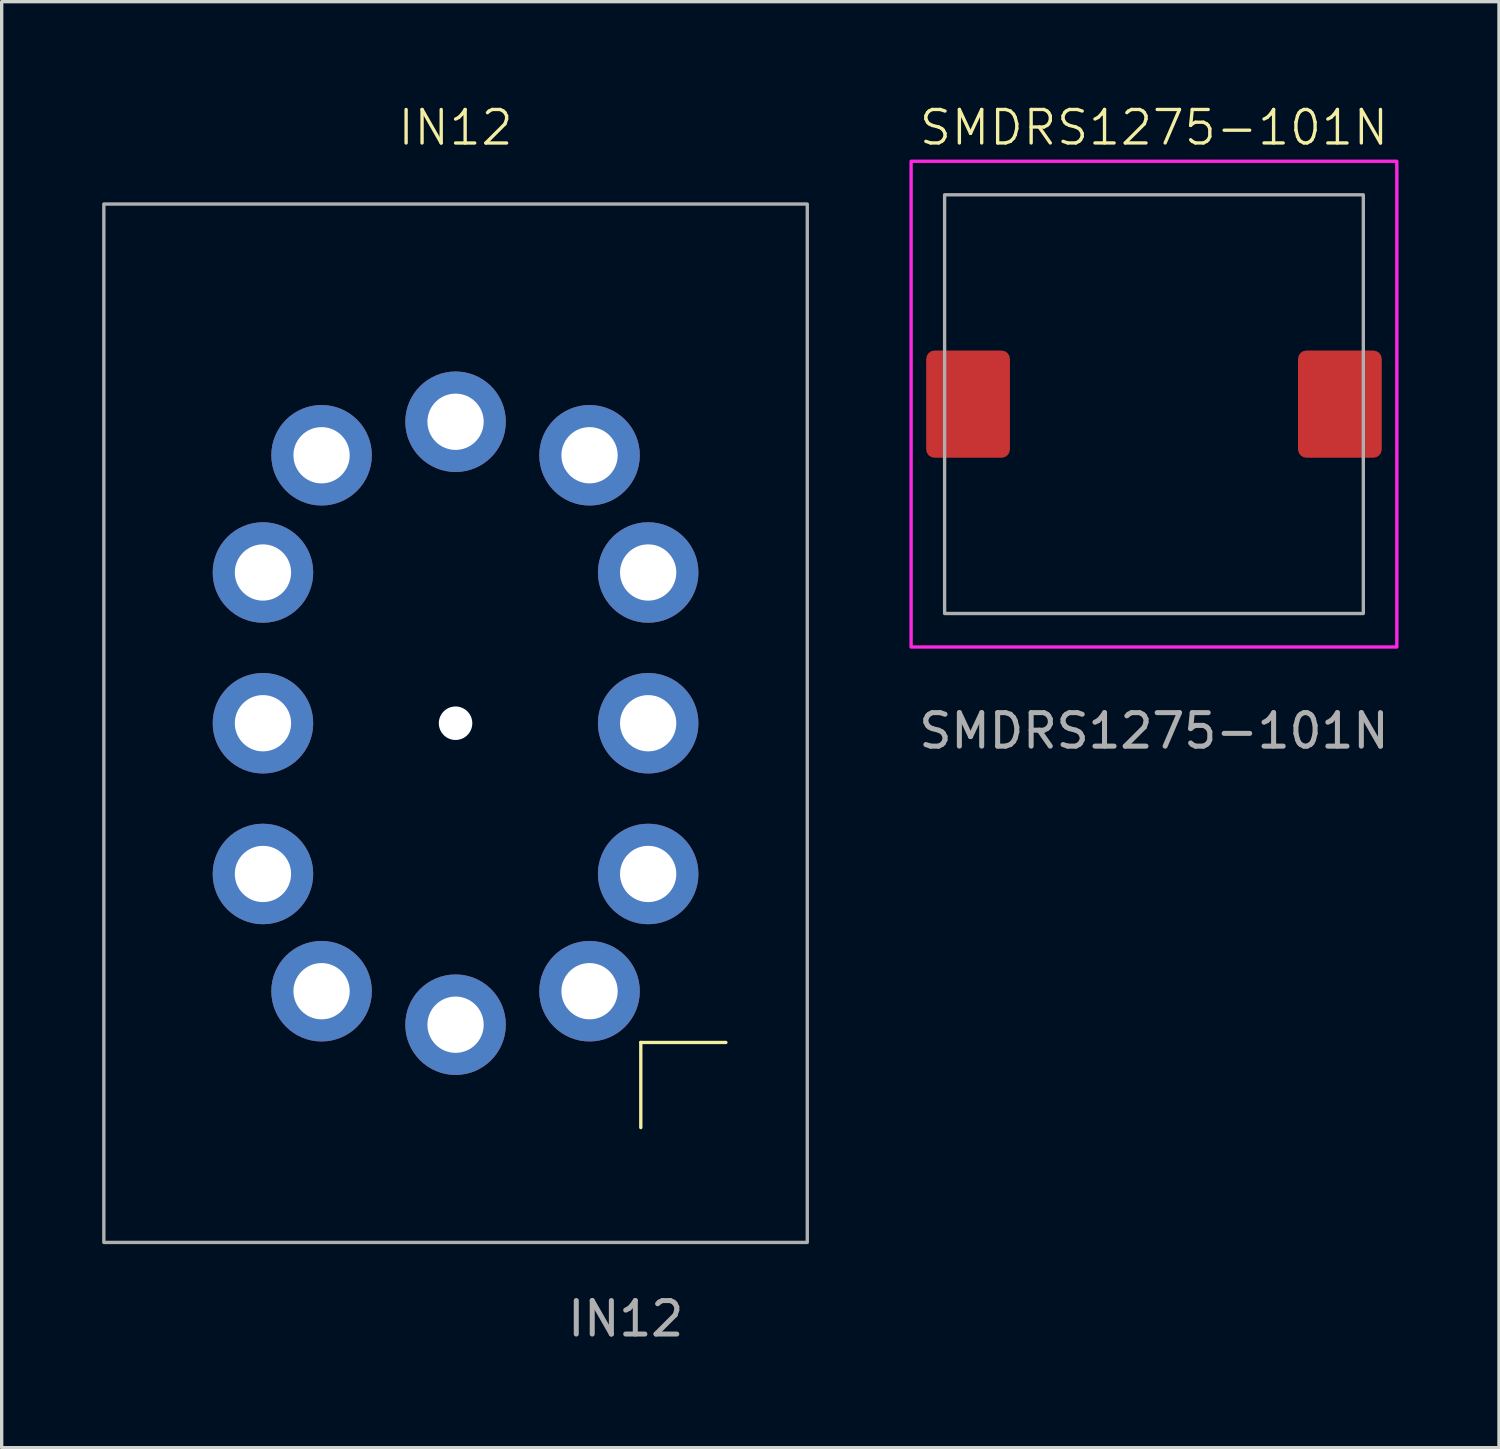
<source format=kicad_pcb>
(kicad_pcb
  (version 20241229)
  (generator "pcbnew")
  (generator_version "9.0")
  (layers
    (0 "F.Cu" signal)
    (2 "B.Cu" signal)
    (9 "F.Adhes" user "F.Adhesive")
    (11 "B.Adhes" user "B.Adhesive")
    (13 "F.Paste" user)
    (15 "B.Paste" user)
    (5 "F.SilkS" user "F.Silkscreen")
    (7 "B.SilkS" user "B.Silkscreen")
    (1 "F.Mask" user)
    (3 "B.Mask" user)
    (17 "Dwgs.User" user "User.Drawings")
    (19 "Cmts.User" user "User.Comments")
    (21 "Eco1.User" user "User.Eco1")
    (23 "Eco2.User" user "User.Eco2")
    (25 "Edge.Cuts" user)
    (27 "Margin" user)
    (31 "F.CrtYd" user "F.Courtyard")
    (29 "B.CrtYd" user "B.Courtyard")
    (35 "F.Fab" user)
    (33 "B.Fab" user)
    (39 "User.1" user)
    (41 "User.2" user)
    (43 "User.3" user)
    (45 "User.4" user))
  (footprint "IN12"
    (layer "F.Cu")
    (at 10.55 18.541)
    (property "Reference" "IN12" (at 0 -17.78 0) (unlocked yes) (layer "F.SilkS") (effects (font (size 1 1) (thickness 0.1))))
    (attr through_hole)
    (fp_line (start 5.53 9.53) (end 8.07 9.53) (stroke (width 0.1) (type default)) (layer "F.SilkS"))
    (fp_line (start 5.53 12.07) (end 5.53 9.53) (stroke (width 0.1) (type default)) (layer "F.SilkS"))
    (fp_rect (start -10.5 -15.5) (end 10.5 15.5) (stroke (width 0.1) (type default)) (fill no) (layer "F.Fab"))
    (fp_text user "${REFERENCE}" (at 5.08 17.78 0) (unlocked yes) (layer "F.Fab") (effects (font (size 1 1) (thickness 0.15))))
    (pad "" np_thru_hole circle (at 0 0) (size 1 1) (drill 3.5) (layers "*.Cu" "*.Mask"))
    (pad "1" thru_hole circle (at 4 8) (size 3 3) (drill 1.68) (layers "*.Cu" "*.Mask"))
    (pad "2" thru_hole circle (at 5.75 4.5) (size 3 3) (drill 1.68) (layers "*.Cu" "*.Mask"))
    (pad "3" thru_hole circle (at 5.75 0) (size 3 3) (drill 1.68) (layers "*.Cu" "*.Mask"))
    (pad "4" thru_hole circle (at 5.75 -4.5) (size 3 3) (drill 1.68) (layers "*.Cu" "*.Mask"))
    (pad "5" thru_hole circle (at 4 -8) (size 3 3) (drill 1.68) (layers "*.Cu" "*.Mask"))
    (pad "6" thru_hole circle (at 0 -9) (size 3 3) (drill 1.68) (layers "*.Cu" "*.Mask"))
    (pad "7" thru_hole circle (at -4 -8) (size 3 3) (drill 1.68) (layers "*.Cu" "*.Mask"))
    (pad "8" thru_hole circle (at -5.75 -4.5) (size 3 3) (drill 1.68) (layers "*.Cu" "*.Mask"))
    (pad "9" thru_hole circle (at -5.75 0) (size 3 3) (drill 1.68) (layers "*.Cu" "*.Mask"))
    (pad "10" thru_hole circle (at -5.75 4.5) (size 3 3) (drill 1.68) (layers "*.Cu" "*.Mask"))
    (pad "11" thru_hole circle (at -4 8) (size 3 3) (drill 1.68) (layers "*.Cu" "*.Mask"))
    (pad "12" thru_hole circle (at 0 9) (size 3 3) (drill 1.68) (layers "*.Cu" "*.Mask")))
  (footprint "SMDRS1275-101N"
    (layer "F.Cu")
    (at 31.4 9.015)
    (property "Reference" "SMDRS1275-101N" (at 0 -8.255 0) (unlocked yes) (layer "F.SilkS") (effects (font (size 1 1) (thickness 0.1))))
    (attr smd)
    (fp_rect (start -7.25 -7.25) (end 7.25 7.25) (stroke (width 0.1) (type default)) (fill no) (layer "F.CrtYd"))
    (fp_rect (start -6.25 -6.25) (end 6.25 6.25) (stroke (width 0.1) (type default)) (fill no) (layer "F.Fab"))
    (fp_text user "${REFERENCE}" (at 0 9.755 0) (unlocked yes) (layer "F.Fab") (effects (font (size 1 1) (thickness 0.15))))
    (pad "1" smd roundrect (at -5.55 0) (size 2.5 3.2) (layers "F.Cu" "F.Mask" "F.Paste") (roundrect_rratio 0.1))
    (pad "2" smd roundrect (at 5.55 0) (size 2.5 3.2) (layers "F.Cu" "F.Mask" "F.Paste") (roundrect_rratio 0.1)))
  (gr_rect
    (start -3 -3)
    (end 41.7 40.169)
    (stroke (width 0.1) (type default))
    (fill no)
    (layer "Edge.Cuts")))
</source>
